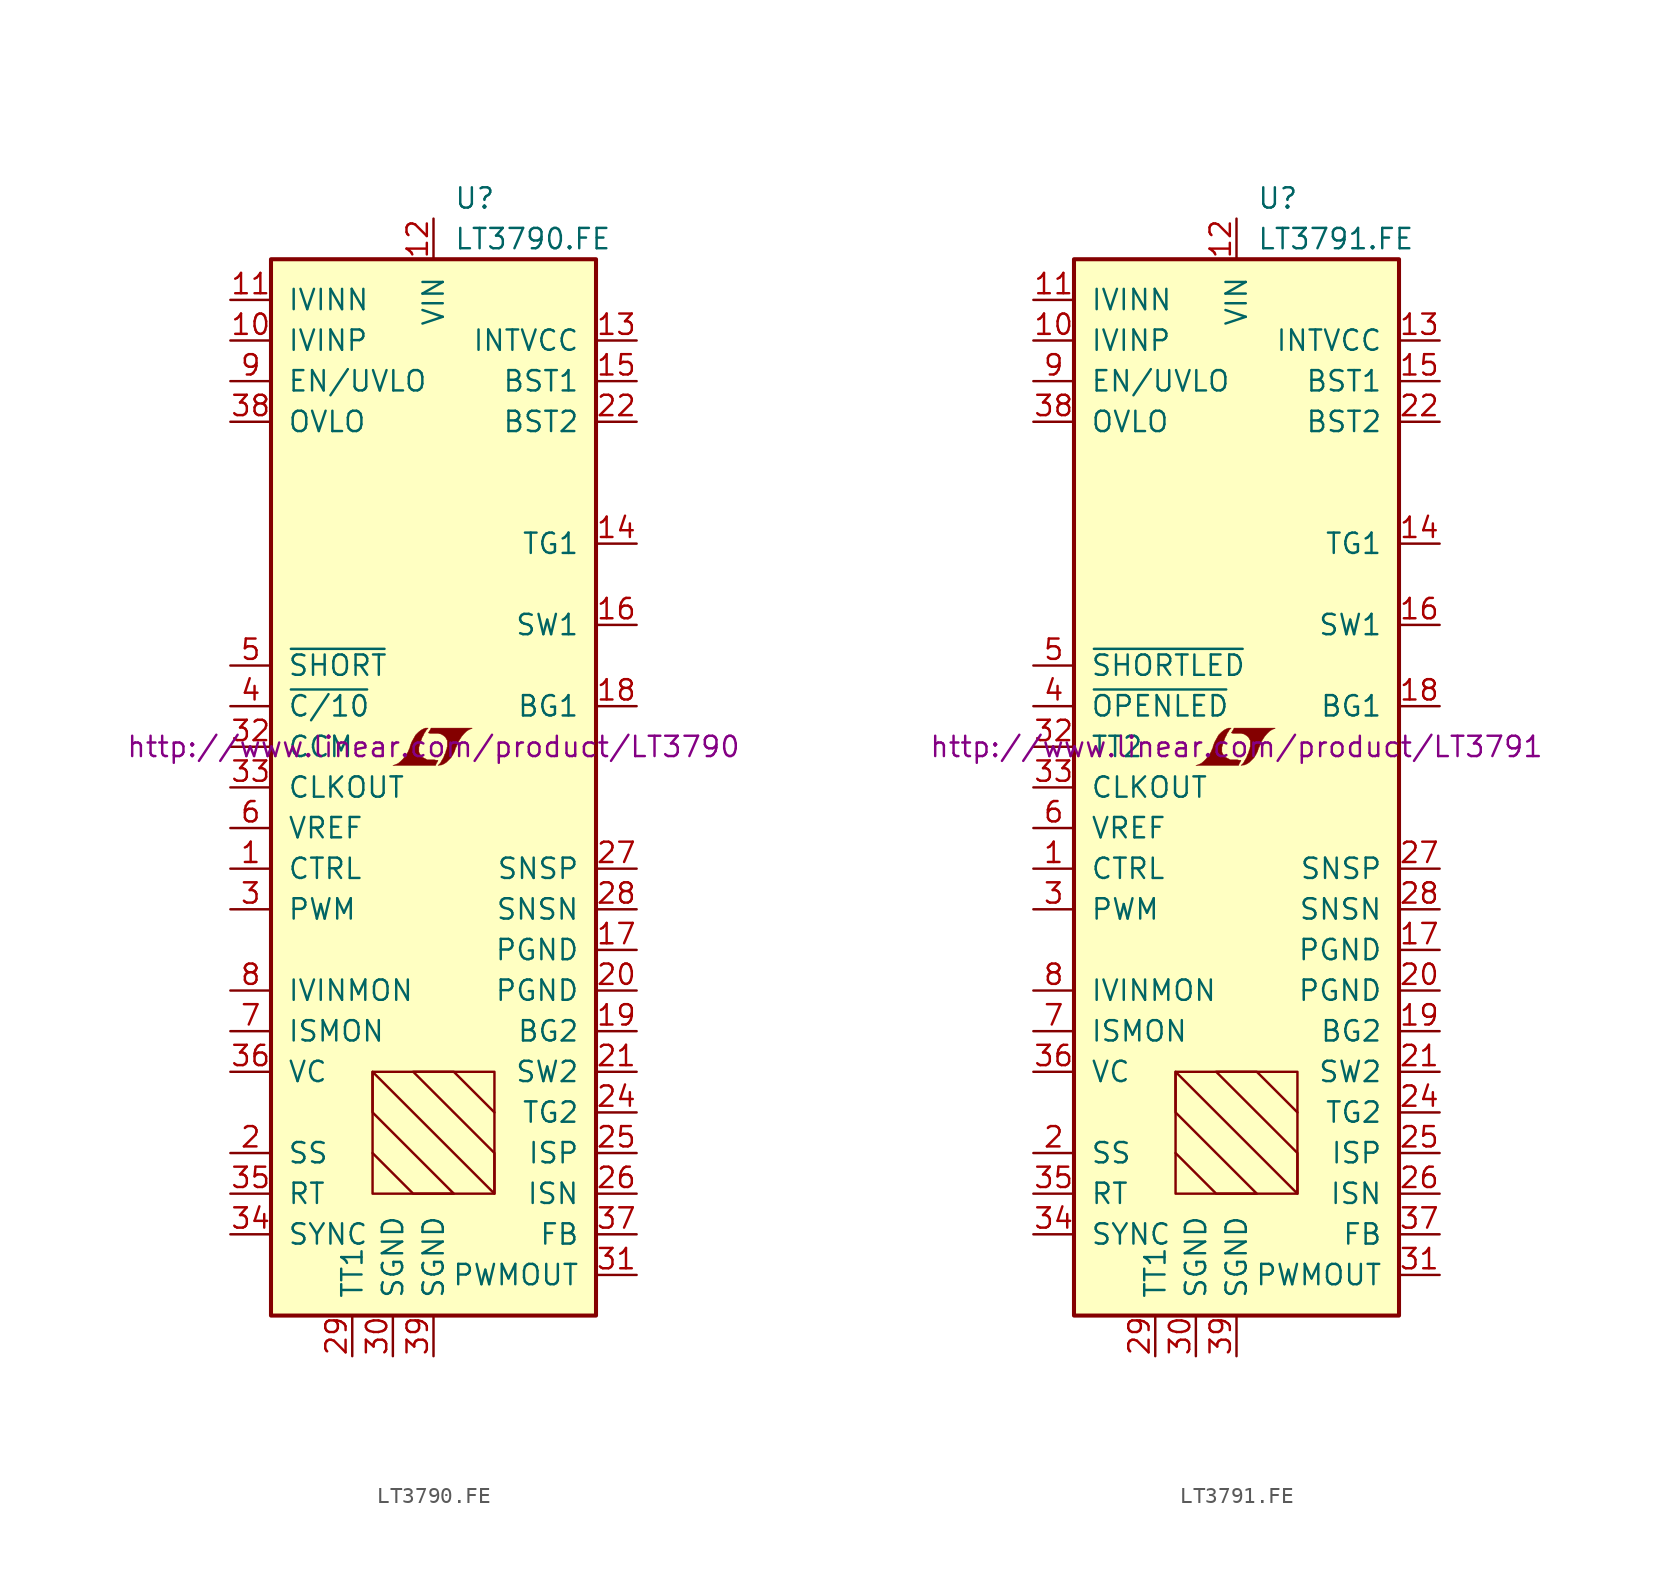
<source format=kicad_sym>
(kicad_symbol_lib
  (version 20201005)
  (generator kicad_symbol_editor)
  (symbol "LT3790.FE"
    (pin_names
      (offset 1.016))
    (property "Reference" "U"
      (at 1.27 36.83 0)
      (effects (font (size 1.27 1.27)) (justify left)))
    (property "Value" "LT3790.FE"
      (at 1.27 34.29 0)
      (effects (font (size 1.27 1.27)) (justify left)))
    (property "Datasheet" "http://www.linear.com/product/LT3790"
      (at 0 2.54 0)
      (effects (font (size 1.27 1.27))))
    (symbol "LT3790.FE_0_0"
      (polyline (pts (xy 0.203 1.549) (xy 0.229 1.575) (xy 0.279 1.676) (xy 0.279 1.702) (xy 0.152 1.702) (xy 0.051 1.727) (xy -0.406 1.727) (xy -0.432 1.753) (xy -0.686 1.88) (xy -0.787 1.981) (xy -0.864 2.108) (xy -0.914 2.21) (xy -0.914 2.515) (xy -0.864 2.667) (xy -0.838 2.769) (xy -0.813 2.845) (xy -0.762 2.972) (xy -0.711 3.124) (xy -0.635 3.251) (xy -0.584 3.378) (xy -0.508 3.48) (xy -0.457 3.581) (xy -0.33 3.708) (xy -0.508 3.708) (xy -0.635 3.658) (xy -0.737 3.607) (xy -0.813 3.556) (xy -0.94 3.454) (xy -1.118 3.277) (xy -1.372 2.819) (xy -1.473 2.54) (xy -1.473 2.489) (xy -1.524 2.388) (xy -1.575 2.261) (xy -1.626 2.159) (xy -1.753 1.981) (xy -1.905 1.778) (xy -2.057 1.626) (xy -2.21 1.499) (xy -2.388 1.422) (xy -2.54 1.372) (xy 0.127 1.372) (xy 0.203 1.549)) (stroke (width 0.025)) (fill (type outline)))
      (polyline (pts (xy 0.406 1.397) (xy 0.483 1.397) (xy 0.66 1.473) (xy 0.813 1.575) (xy 1.092 1.854) (xy 1.219 2.057) (xy 1.321 2.261) (xy 1.397 2.515) (xy 1.422 2.515) (xy 1.499 2.769) (xy 1.753 3.175) (xy 1.905 3.353) (xy 2.057 3.505) (xy 2.21 3.607) (xy 2.388 3.683) (xy 2.413 3.683) (xy 2.413 3.708) (xy -0.152 3.708) (xy -0.229 3.556) (xy -0.254 3.531) (xy -0.305 3.429) (xy -0.33 3.404) (xy -0.279 3.404) (xy -0.229 3.378) (xy 0.305 3.378) (xy 0.356 3.353) (xy 0.406 3.353) (xy 0.483 3.327) (xy 0.61 3.251) (xy 0.737 3.15) (xy 0.813 3.023) (xy 0.838 2.972) (xy 0.864 2.946) (xy 0.864 2.54) (xy 0.838 2.489) (xy 0.838 2.413) (xy 0.787 2.311) (xy 0.762 2.184) (xy 0.686 2.032) (xy 0.635 1.88) (xy 0.483 1.626) (xy 0.432 1.524) (xy 0.279 1.372) (xy 0.406 1.397)) (stroke (width 0.025)) (fill (type outline))))
    (symbol "LT3790.FE_0_1"
      (rectangle (start -10.16 33.02) (end 10.16 -33.02) (stroke (width 0.254)) (fill (type background)))
      (rectangle (start -3.81 -17.78) (end 3.81 -25.4) (stroke (width 0)) (fill (type none)))
      (polyline (pts (xy -3.81 -22.86) (xy -1.27 -25.4) (xy 1.27 -25.4) (xy -3.81 -20.32) (xy -3.81 -17.78) (xy 3.81 -25.4) (xy 3.81 -22.86) (xy -1.27 -17.78) (xy 1.27 -17.78) (xy 3.81 -20.32)) (stroke (width 0)) (fill (type none))))
    (symbol "LT3790.FE_1_1"
      (pin input line (at -12.7 -5.08 0) (length 2.54) (name "CTRL" (effects (font (size 1.27 1.27)))) (number "1" (effects (font (size 1.27 1.27)))))
      (pin passive line (at -12.7 27.94 0) (length 2.54) (name "IVINP" (effects (font (size 1.27 1.27)))) (number "10" (effects (font (size 1.27 1.27)))))
      (pin passive line (at -12.7 30.48 0) (length 2.54) (name "IVINN" (effects (font (size 1.27 1.27)))) (number "11" (effects (font (size 1.27 1.27)))))
      (pin power_in line (at 0 35.56 270) (length 2.54) (name "VIN" (effects (font (size 1.27 1.27)))) (number "12" (effects (font (size 1.27 1.27)))))
      (pin power_out line (at 12.7 27.94 180) (length 2.54) (name "INTVCC" (effects (font (size 1.27 1.27)))) (number "13" (effects (font (size 1.27 1.27)))))
      (pin output line (at 12.7 15.24 180) (length 2.54) (name "TG1" (effects (font (size 1.27 1.27)))) (number "14" (effects (font (size 1.27 1.27)))))
      (pin input line (at 12.7 25.4 180) (length 2.54) (name "BST1" (effects (font (size 1.27 1.27)))) (number "15" (effects (font (size 1.27 1.27)))))
      (pin power_out line (at 12.7 10.16 180) (length 2.54) (name "SW1" (effects (font (size 1.27 1.27)))) (number "16" (effects (font (size 1.27 1.27)))))
      (pin power_in line (at 12.7 -10.16 180) (length 2.54) (name "PGND" (effects (font (size 1.27 1.27)))) (number "17" (effects (font (size 1.27 1.27)))))
      (pin output line (at 12.7 5.08 180) (length 2.54) (name "BG1" (effects (font (size 1.27 1.27)))) (number "18" (effects (font (size 1.27 1.27)))))
      (pin output line (at 12.7 -15.24 180) (length 2.54) (name "BG2" (effects (font (size 1.27 1.27)))) (number "19" (effects (font (size 1.27 1.27)))))
      (pin passive line (at -12.7 -22.86 0) (length 2.54) (name "SS" (effects (font (size 1.27 1.27)))) (number "2" (effects (font (size 1.27 1.27)))))
      (pin power_in line (at 12.7 -12.7 180) (length 2.54) (name "PGND" (effects (font (size 1.27 1.27)))) (number "20" (effects (font (size 1.27 1.27)))))
      (pin power_out line (at 12.7 -17.78 180) (length 2.54) (name "SW2" (effects (font (size 1.27 1.27)))) (number "21" (effects (font (size 1.27 1.27)))))
      (pin input line (at 12.7 22.86 180) (length 2.54) (name "BST2" (effects (font (size 1.27 1.27)))) (number "22" (effects (font (size 1.27 1.27)))))
      (pin unconnected line (at 12.7 20.32 180) (length 2.54) hide (name "NC" (effects (font (size 1.27 1.27)))) (number "23" (effects (font (size 1.27 1.27)))))
      (pin output line (at 12.7 -20.32 180) (length 2.54) (name "TG2" (effects (font (size 1.27 1.27)))) (number "24" (effects (font (size 1.27 1.27)))))
      (pin passive line (at 12.7 -22.86 180) (length 2.54) (name "ISP" (effects (font (size 1.27 1.27)))) (number "25" (effects (font (size 1.27 1.27)))))
      (pin passive line (at 12.7 -25.4 180) (length 2.54) (name "ISN" (effects (font (size 1.27 1.27)))) (number "26" (effects (font (size 1.27 1.27)))))
      (pin passive line (at 12.7 -5.08 180) (length 2.54) (name "SNSP" (effects (font (size 1.27 1.27)))) (number "27" (effects (font (size 1.27 1.27)))))
      (pin passive line (at 12.7 -7.62 180) (length 2.54) (name "SNSN" (effects (font (size 1.27 1.27)))) (number "28" (effects (font (size 1.27 1.27)))))
      (pin passive line (at -5.08 -35.56 90) (length 2.54) (name "TT1" (effects (font (size 1.27 1.27)))) (number "29" (effects (font (size 1.27 1.27)))))
      (pin input line (at -12.7 -7.62 0) (length 2.54) (name "PWM" (effects (font (size 1.27 1.27)))) (number "3" (effects (font (size 1.27 1.27)))))
      (pin power_in line (at -2.54 -35.56 90) (length 2.54) (name "SGND" (effects (font (size 1.27 1.27)))) (number "30" (effects (font (size 1.27 1.27)))))
      (pin output line (at 12.7 -30.48 180) (length 2.54) (name "PWMOUT" (effects (font (size 1.27 1.27)))) (number "31" (effects (font (size 1.27 1.27)))))
      (pin input line (at -12.7 2.54 0) (length 2.54) (name "CCM" (effects (font (size 1.27 1.27)))) (number "32" (effects (font (size 1.27 1.27)))))
      (pin output line (at -12.7 0 0) (length 2.54) (name "CLKOUT" (effects (font (size 1.27 1.27)))) (number "33" (effects (font (size 1.27 1.27)))))
      (pin input line (at -12.7 -27.94 0) (length 2.54) (name "SYNC" (effects (font (size 1.27 1.27)))) (number "34" (effects (font (size 1.27 1.27)))))
      (pin passive line (at -12.7 -25.4 0) (length 2.54) (name "RT" (effects (font (size 1.27 1.27)))) (number "35" (effects (font (size 1.27 1.27)))))
      (pin passive line (at -12.7 -17.78 0) (length 2.54) (name "VC" (effects (font (size 1.27 1.27)))) (number "36" (effects (font (size 1.27 1.27)))))
      (pin input line (at 12.7 -27.94 180) (length 2.54) (name "FB" (effects (font (size 1.27 1.27)))) (number "37" (effects (font (size 1.27 1.27)))))
      (pin input line (at -12.7 22.86 0) (length 2.54) (name "OVLO" (effects (font (size 1.27 1.27)))) (number "38" (effects (font (size 1.27 1.27)))))
      (pin power_in line (at 0 -35.56 90) (length 2.54) (name "SGND" (effects (font (size 1.27 1.27)))) (number "39" (effects (font (size 1.27 1.27)))))
      (pin open_collector line (at -12.7 5.08 0) (length 2.54) (name "~C/10~" (effects (font (size 1.27 1.27)))) (number "4" (effects (font (size 1.27 1.27)))))
      (pin open_collector line (at -12.7 7.62 0) (length 2.54) (name "~SHORT~" (effects (font (size 1.27 1.27)))) (number "5" (effects (font (size 1.27 1.27)))))
      (pin passive line (at -12.7 -2.54 0) (length 2.54) (name "VREF" (effects (font (size 1.27 1.27)))) (number "6" (effects (font (size 1.27 1.27)))))
      (pin output line (at -12.7 -15.24 0) (length 2.54) (name "ISMON" (effects (font (size 1.27 1.27)))) (number "7" (effects (font (size 1.27 1.27)))))
      (pin output line (at -12.7 -12.7 0) (length 2.54) (name "IVINMON" (effects (font (size 1.27 1.27)))) (number "8" (effects (font (size 1.27 1.27)))))
      (pin input line (at -12.7 25.4 0) (length 2.54) (name "EN/UVLO" (effects (font (size 1.27 1.27)))) (number "9" (effects (font (size 1.27 1.27)))))))
  (symbol "LT3791.FE"
    (pin_names
      (offset 1.016))
    (property "Reference" "U"
      (at 1.27 36.83 0)
      (effects (font (size 1.27 1.27)) (justify left)))
    (property "Value" "LT3791.FE"
      (at 1.27 34.29 0)
      (effects (font (size 1.27 1.27)) (justify left)))
    (property "Datasheet" "http://www.linear.com/product/LT3791"
      (at 0 2.54 0)
      (effects (font (size 1.27 1.27))))
    (symbol "LT3791.FE_0_0"
      (polyline (pts (xy 0.203 1.549) (xy 0.229 1.575) (xy 0.279 1.676) (xy 0.279 1.702) (xy 0.152 1.702) (xy 0.051 1.727) (xy -0.406 1.727) (xy -0.432 1.753) (xy -0.686 1.88) (xy -0.787 1.981) (xy -0.864 2.108) (xy -0.914 2.21) (xy -0.914 2.515) (xy -0.864 2.667) (xy -0.838 2.769) (xy -0.813 2.845) (xy -0.762 2.972) (xy -0.711 3.124) (xy -0.635 3.251) (xy -0.584 3.378) (xy -0.508 3.48) (xy -0.457 3.581) (xy -0.33 3.708) (xy -0.508 3.708) (xy -0.635 3.658) (xy -0.737 3.607) (xy -0.813 3.556) (xy -0.94 3.454) (xy -1.118 3.277) (xy -1.372 2.819) (xy -1.473 2.54) (xy -1.473 2.489) (xy -1.524 2.388) (xy -1.575 2.261) (xy -1.626 2.159) (xy -1.753 1.981) (xy -1.905 1.778) (xy -2.057 1.626) (xy -2.21 1.499) (xy -2.388 1.422) (xy -2.54 1.372) (xy 0.127 1.372) (xy 0.203 1.549)) (stroke (width 0.025)) (fill (type outline)))
      (polyline (pts (xy 0.406 1.397) (xy 0.483 1.397) (xy 0.66 1.473) (xy 0.813 1.575) (xy 1.092 1.854) (xy 1.219 2.057) (xy 1.321 2.261) (xy 1.397 2.515) (xy 1.422 2.515) (xy 1.499 2.769) (xy 1.753 3.175) (xy 1.905 3.353) (xy 2.057 3.505) (xy 2.21 3.607) (xy 2.388 3.683) (xy 2.413 3.683) (xy 2.413 3.708) (xy -0.152 3.708) (xy -0.229 3.556) (xy -0.254 3.531) (xy -0.305 3.429) (xy -0.33 3.404) (xy -0.279 3.404) (xy -0.229 3.378) (xy 0.305 3.378) (xy 0.356 3.353) (xy 0.406 3.353) (xy 0.483 3.327) (xy 0.61 3.251) (xy 0.737 3.15) (xy 0.813 3.023) (xy 0.838 2.972) (xy 0.864 2.946) (xy 0.864 2.54) (xy 0.838 2.489) (xy 0.838 2.413) (xy 0.787 2.311) (xy 0.762 2.184) (xy 0.686 2.032) (xy 0.635 1.88) (xy 0.483 1.626) (xy 0.432 1.524) (xy 0.279 1.372) (xy 0.406 1.397)) (stroke (width 0.025)) (fill (type outline))))
    (symbol "LT3791.FE_0_1"
      (rectangle (start -10.16 33.02) (end 10.16 -33.02) (stroke (width 0.254)) (fill (type background)))
      (rectangle (start -3.81 -17.78) (end 3.81 -25.4) (stroke (width 0)) (fill (type none)))
      (polyline (pts (xy -3.81 -22.86) (xy -1.27 -25.4) (xy 1.27 -25.4) (xy -3.81 -20.32) (xy -3.81 -17.78) (xy 3.81 -25.4) (xy 3.81 -22.86) (xy -1.27 -17.78) (xy 1.27 -17.78) (xy 3.81 -20.32)) (stroke (width 0)) (fill (type none))))
    (symbol "LT3791.FE_1_1"
      (pin input line (at -12.7 -5.08 0) (length 2.54) (name "CTRL" (effects (font (size 1.27 1.27)))) (number "1" (effects (font (size 1.27 1.27)))))
      (pin passive line (at -12.7 27.94 0) (length 2.54) (name "IVINP" (effects (font (size 1.27 1.27)))) (number "10" (effects (font (size 1.27 1.27)))))
      (pin passive line (at -12.7 30.48 0) (length 2.54) (name "IVINN" (effects (font (size 1.27 1.27)))) (number "11" (effects (font (size 1.27 1.27)))))
      (pin power_in line (at 0 35.56 270) (length 2.54) (name "VIN" (effects (font (size 1.27 1.27)))) (number "12" (effects (font (size 1.27 1.27)))))
      (pin power_out line (at 12.7 27.94 180) (length 2.54) (name "INTVCC" (effects (font (size 1.27 1.27)))) (number "13" (effects (font (size 1.27 1.27)))))
      (pin output line (at 12.7 15.24 180) (length 2.54) (name "TG1" (effects (font (size 1.27 1.27)))) (number "14" (effects (font (size 1.27 1.27)))))
      (pin input line (at 12.7 25.4 180) (length 2.54) (name "BST1" (effects (font (size 1.27 1.27)))) (number "15" (effects (font (size 1.27 1.27)))))
      (pin power_out line (at 12.7 10.16 180) (length 2.54) (name "SW1" (effects (font (size 1.27 1.27)))) (number "16" (effects (font (size 1.27 1.27)))))
      (pin power_in line (at 12.7 -10.16 180) (length 2.54) (name "PGND" (effects (font (size 1.27 1.27)))) (number "17" (effects (font (size 1.27 1.27)))))
      (pin output line (at 12.7 5.08 180) (length 2.54) (name "BG1" (effects (font (size 1.27 1.27)))) (number "18" (effects (font (size 1.27 1.27)))))
      (pin output line (at 12.7 -15.24 180) (length 2.54) (name "BG2" (effects (font (size 1.27 1.27)))) (number "19" (effects (font (size 1.27 1.27)))))
      (pin passive line (at -12.7 -22.86 0) (length 2.54) (name "SS" (effects (font (size 1.27 1.27)))) (number "2" (effects (font (size 1.27 1.27)))))
      (pin power_in line (at 12.7 -12.7 180) (length 2.54) (name "PGND" (effects (font (size 1.27 1.27)))) (number "20" (effects (font (size 1.27 1.27)))))
      (pin power_out line (at 12.7 -17.78 180) (length 2.54) (name "SW2" (effects (font (size 1.27 1.27)))) (number "21" (effects (font (size 1.27 1.27)))))
      (pin input line (at 12.7 22.86 180) (length 2.54) (name "BST2" (effects (font (size 1.27 1.27)))) (number "22" (effects (font (size 1.27 1.27)))))
      (pin unconnected line (at 12.7 20.32 180) (length 2.54) hide (name "NC" (effects (font (size 1.27 1.27)))) (number "23" (effects (font (size 1.27 1.27)))))
      (pin output line (at 12.7 -20.32 180) (length 2.54) (name "TG2" (effects (font (size 1.27 1.27)))) (number "24" (effects (font (size 1.27 1.27)))))
      (pin passive line (at 12.7 -22.86 180) (length 2.54) (name "ISP" (effects (font (size 1.27 1.27)))) (number "25" (effects (font (size 1.27 1.27)))))
      (pin passive line (at 12.7 -25.4 180) (length 2.54) (name "ISN" (effects (font (size 1.27 1.27)))) (number "26" (effects (font (size 1.27 1.27)))))
      (pin passive line (at 12.7 -5.08 180) (length 2.54) (name "SNSP" (effects (font (size 1.27 1.27)))) (number "27" (effects (font (size 1.27 1.27)))))
      (pin passive line (at 12.7 -7.62 180) (length 2.54) (name "SNSN" (effects (font (size 1.27 1.27)))) (number "28" (effects (font (size 1.27 1.27)))))
      (pin passive line (at -5.08 -35.56 90) (length 2.54) (name "TT1" (effects (font (size 1.27 1.27)))) (number "29" (effects (font (size 1.27 1.27)))))
      (pin input line (at -12.7 -7.62 0) (length 2.54) (name "PWM" (effects (font (size 1.27 1.27)))) (number "3" (effects (font (size 1.27 1.27)))))
      (pin power_in line (at -2.54 -35.56 90) (length 2.54) (name "SGND" (effects (font (size 1.27 1.27)))) (number "30" (effects (font (size 1.27 1.27)))))
      (pin output line (at 12.7 -30.48 180) (length 2.54) (name "PWMOUT" (effects (font (size 1.27 1.27)))) (number "31" (effects (font (size 1.27 1.27)))))
      (pin input line (at -12.7 2.54 0) (length 2.54) (name "TT2" (effects (font (size 1.27 1.27)))) (number "32" (effects (font (size 1.27 1.27)))))
      (pin output line (at -12.7 0 0) (length 2.54) (name "CLKOUT" (effects (font (size 1.27 1.27)))) (number "33" (effects (font (size 1.27 1.27)))))
      (pin input line (at -12.7 -27.94 0) (length 2.54) (name "SYNC" (effects (font (size 1.27 1.27)))) (number "34" (effects (font (size 1.27 1.27)))))
      (pin passive line (at -12.7 -25.4 0) (length 2.54) (name "RT" (effects (font (size 1.27 1.27)))) (number "35" (effects (font (size 1.27 1.27)))))
      (pin passive line (at -12.7 -17.78 0) (length 2.54) (name "VC" (effects (font (size 1.27 1.27)))) (number "36" (effects (font (size 1.27 1.27)))))
      (pin input line (at 12.7 -27.94 180) (length 2.54) (name "FB" (effects (font (size 1.27 1.27)))) (number "37" (effects (font (size 1.27 1.27)))))
      (pin input line (at -12.7 22.86 0) (length 2.54) (name "OVLO" (effects (font (size 1.27 1.27)))) (number "38" (effects (font (size 1.27 1.27)))))
      (pin power_in line (at 0 -35.56 90) (length 2.54) (name "SGND" (effects (font (size 1.27 1.27)))) (number "39" (effects (font (size 1.27 1.27)))))
      (pin open_collector line (at -12.7 5.08 0) (length 2.54) (name "~OPENLED~" (effects (font (size 1.27 1.27)))) (number "4" (effects (font (size 1.27 1.27)))))
      (pin open_collector line (at -12.7 7.62 0) (length 2.54) (name "~SHORTLED~" (effects (font (size 1.27 1.27)))) (number "5" (effects (font (size 1.27 1.27)))))
      (pin passive line (at -12.7 -2.54 0) (length 2.54) (name "VREF" (effects (font (size 1.27 1.27)))) (number "6" (effects (font (size 1.27 1.27)))))
      (pin output line (at -12.7 -15.24 0) (length 2.54) (name "ISMON" (effects (font (size 1.27 1.27)))) (number "7" (effects (font (size 1.27 1.27)))))
      (pin output line (at -12.7 -12.7 0) (length 2.54) (name "IVINMON" (effects (font (size 1.27 1.27)))) (number "8" (effects (font (size 1.27 1.27)))))
      (pin input line (at -12.7 25.4 0) (length 2.54) (name "EN/UVLO" (effects (font (size 1.27 1.27)))) (number "9" (effects (font (size 1.27 1.27))))))))
</source>
